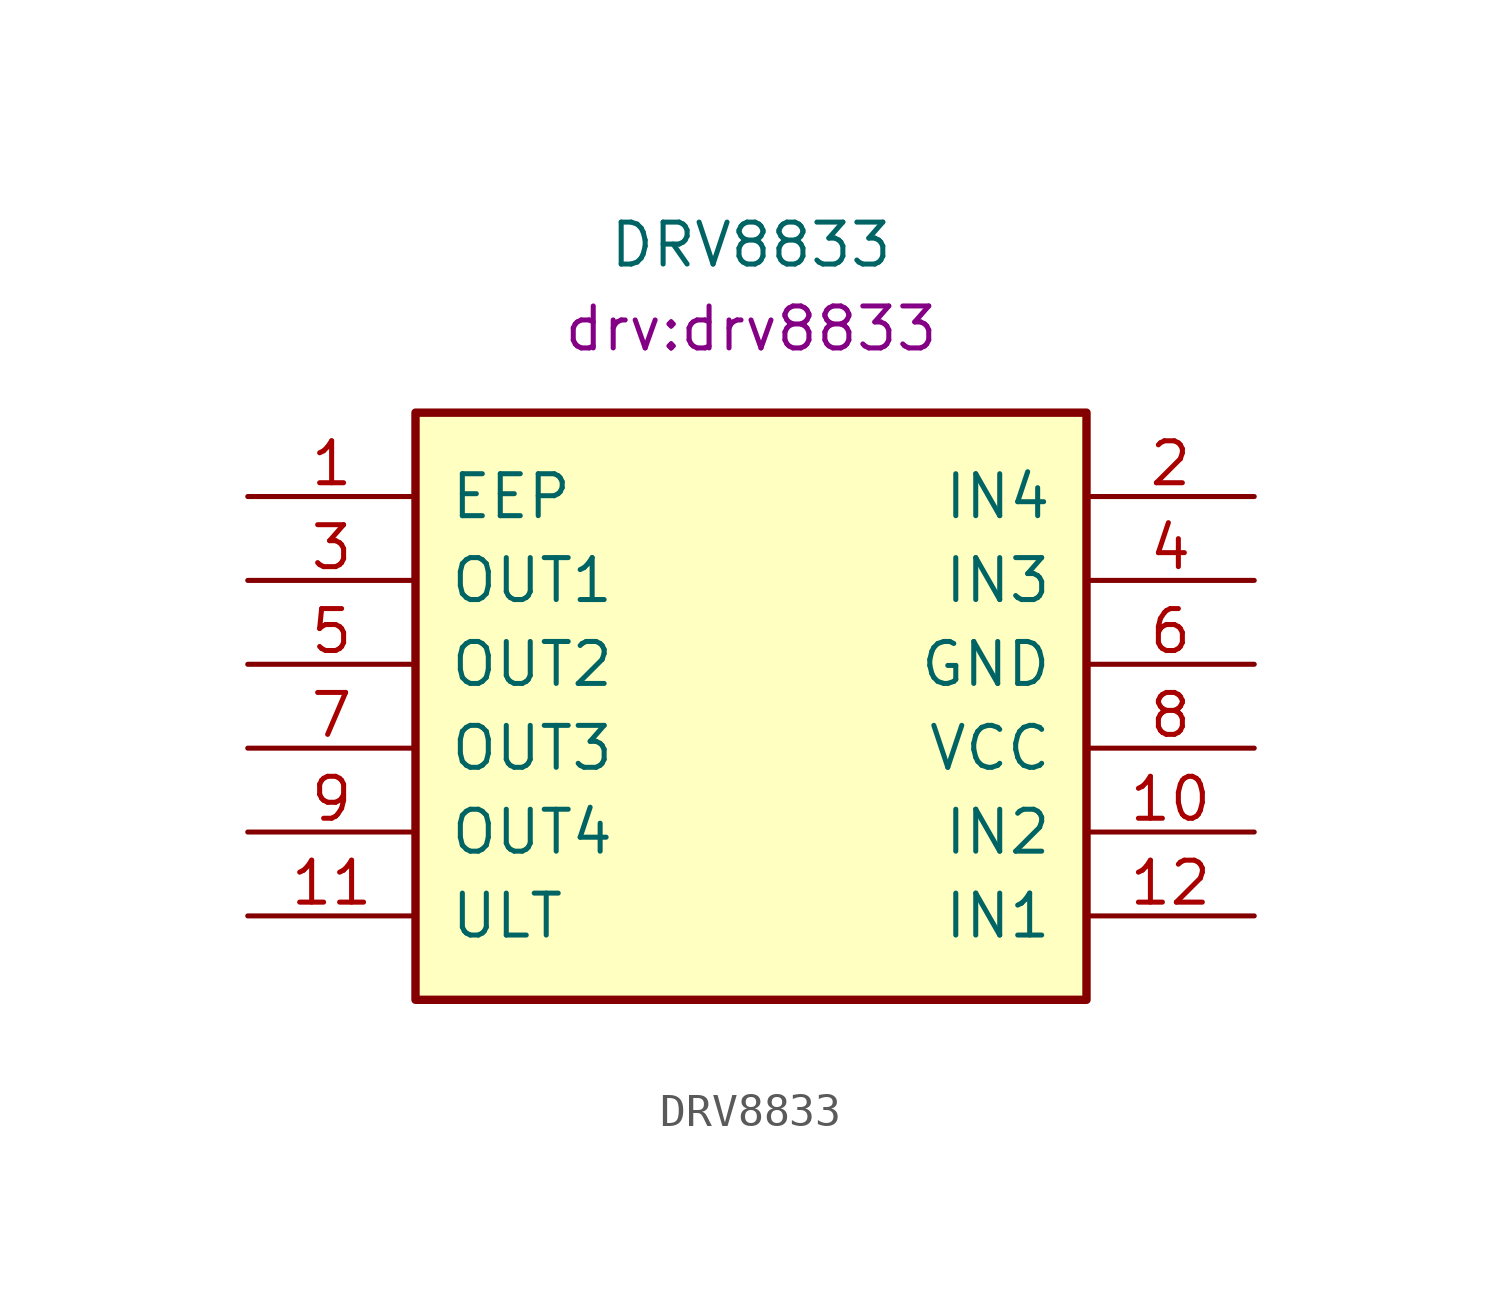
<source format=kicad_sym>
(kicad_symbol_lib
  (version 20241209)
  (generator "kicad_symbol_editor")
  (generator_version "9.0")
  (symbol "DRV8833"
    (pin_names
      (offset 1.016))
    (property "Reference" "D1"
      (at 0 12.192 0)
      (effects (font (size 1.27 1.27)) (hide yes)))
    (property "Value" "DRV8833"
      (at 0 10.16 0)
      (effects (font (size 1.27 1.27))))
    (property "Footprint" "drv:drv8833"
      (at 0 7.62 0)
      (effects (font (size 1.27 1.27))))
    (symbol "DRV8833_0_1"
      (rectangle (start -10.16 5.08) (end 10.16 -12.7) (stroke (width 0.254) (type default)) (fill (type background))))
    (symbol "DRV8833_1_1"
      (pin input line (at -15.24 2.54 0) (length 5.08) (name "EEP" (effects (font (size 1.27 1.27)))) (number "1" (effects (font (size 1.27 1.27)))))
      (pin output line (at -15.24 0 0) (length 5.08) (name "OUT1" (effects (font (size 1.27 1.27)))) (number "3" (effects (font (size 1.27 1.27)))))
      (pin output line (at -15.24 -2.54 0) (length 5.08) (name "OUT2" (effects (font (size 1.27 1.27)))) (number "5" (effects (font (size 1.27 1.27)))))
      (pin output line (at -15.24 -5.08 0) (length 5.08) (name "OUT3" (effects (font (size 1.27 1.27)))) (number "7" (effects (font (size 1.27 1.27)))))
      (pin output line (at -15.24 -7.62 0) (length 5.08) (name "OUT4" (effects (font (size 1.27 1.27)))) (number "9" (effects (font (size 1.27 1.27)))))
      (pin output line (at -15.24 -10.16 0) (length 5.08) (name "ULT" (effects (font (size 1.27 1.27)))) (number "11" (effects (font (size 1.27 1.27)))))
      (pin input line (at 15.24 2.54 180) (length 5.08) (name "IN4" (effects (font (size 1.27 1.27)))) (number "2" (effects (font (size 1.27 1.27)))))
      (pin input line (at 15.24 0 180) (length 5.08) (name "IN3" (effects (font (size 1.27 1.27)))) (number "4" (effects (font (size 1.27 1.27)))))
      (pin power_in line (at 15.24 -2.54 180) (length 5.08) (name "GND" (effects (font (size 1.27 1.27)))) (number "6" (effects (font (size 1.27 1.27)))))
      (pin power_in line (at 15.24 -5.08 180) (length 5.08) (name "VCC" (effects (font (size 1.27 1.27)))) (number "8" (effects (font (size 1.27 1.27)))))
      (pin input line (at 15.24 -7.62 180) (length 5.08) (name "IN2" (effects (font (size 1.27 1.27)))) (number "10" (effects (font (size 1.27 1.27)))))
      (pin input line (at 15.24 -10.16 180) (length 5.08) (name "IN1" (effects (font (size 1.27 1.27)))) (number "12" (effects (font (size 1.27 1.27))))))))
</source>
